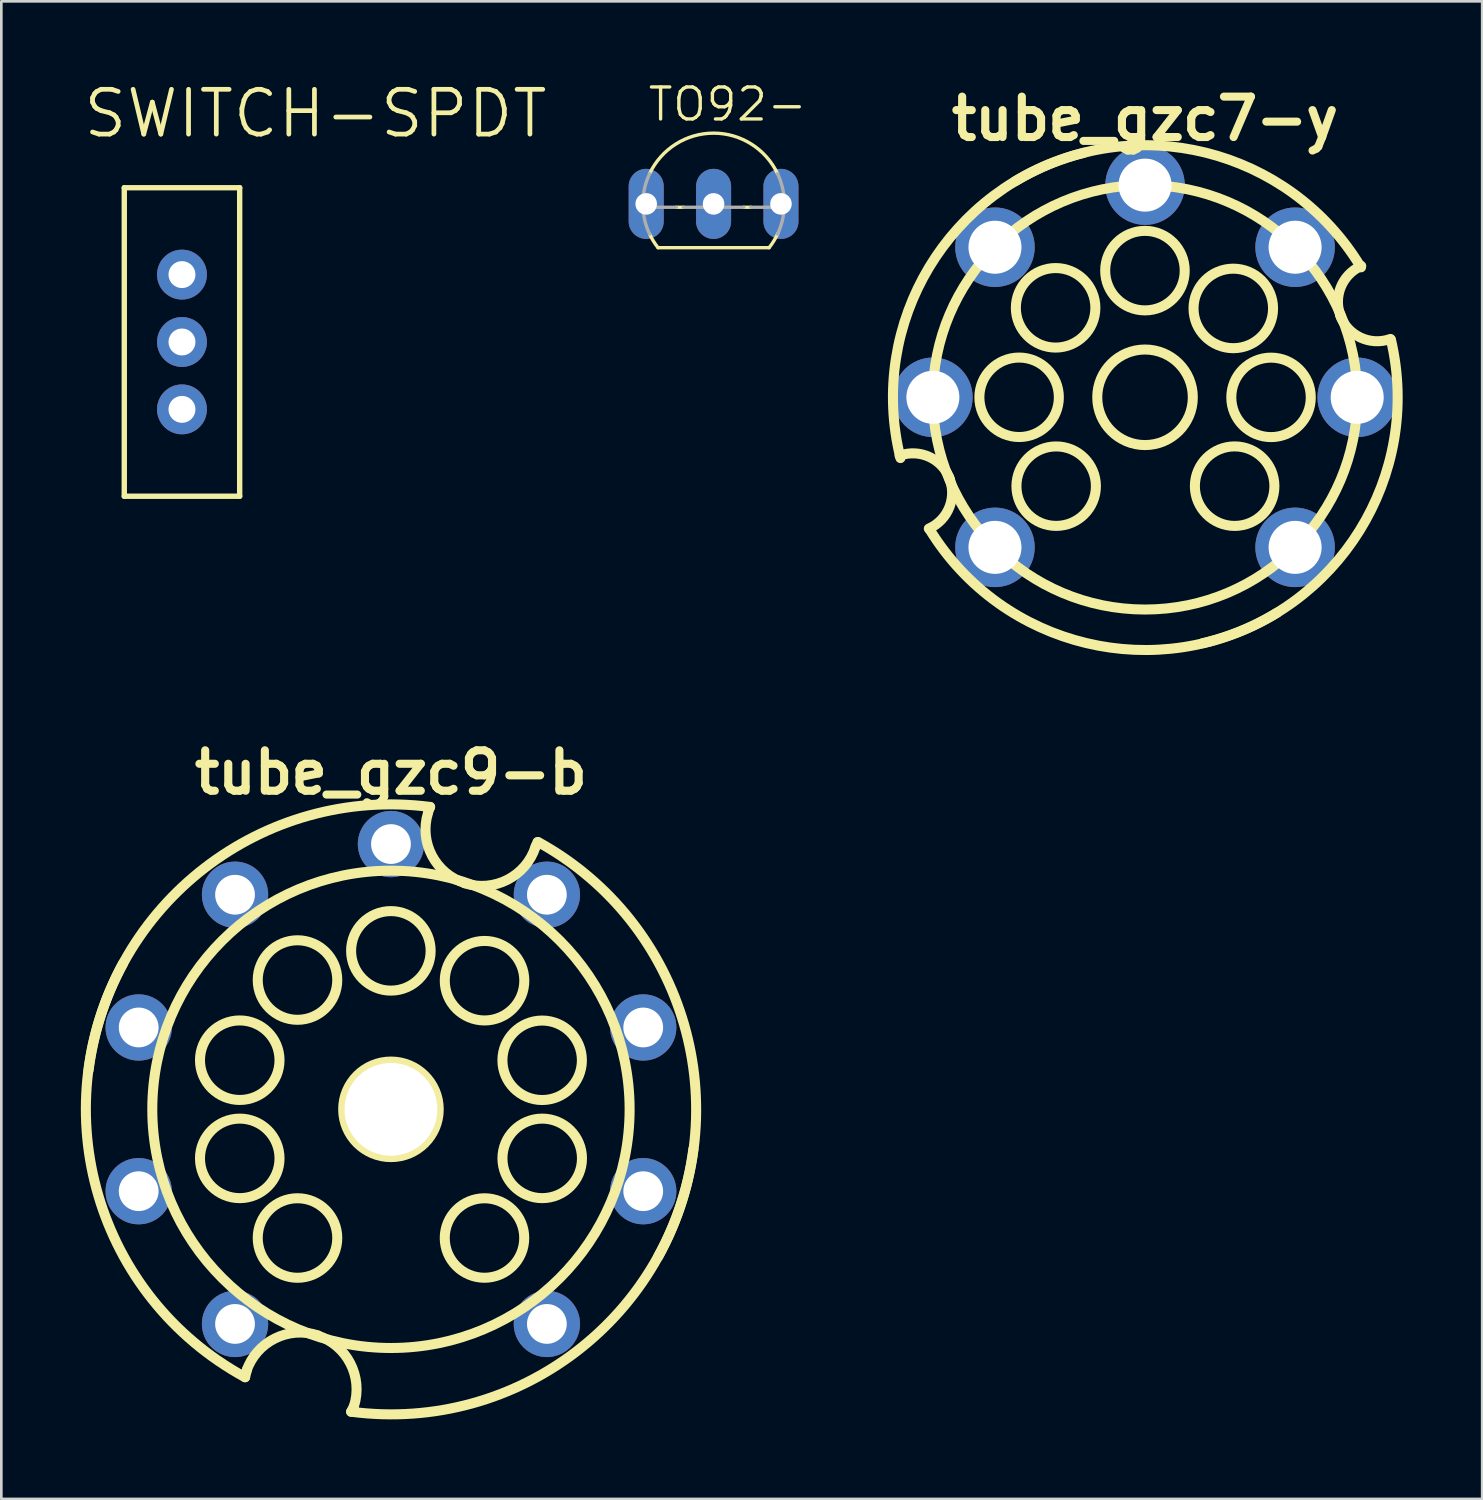
<source format=kicad_pcb>
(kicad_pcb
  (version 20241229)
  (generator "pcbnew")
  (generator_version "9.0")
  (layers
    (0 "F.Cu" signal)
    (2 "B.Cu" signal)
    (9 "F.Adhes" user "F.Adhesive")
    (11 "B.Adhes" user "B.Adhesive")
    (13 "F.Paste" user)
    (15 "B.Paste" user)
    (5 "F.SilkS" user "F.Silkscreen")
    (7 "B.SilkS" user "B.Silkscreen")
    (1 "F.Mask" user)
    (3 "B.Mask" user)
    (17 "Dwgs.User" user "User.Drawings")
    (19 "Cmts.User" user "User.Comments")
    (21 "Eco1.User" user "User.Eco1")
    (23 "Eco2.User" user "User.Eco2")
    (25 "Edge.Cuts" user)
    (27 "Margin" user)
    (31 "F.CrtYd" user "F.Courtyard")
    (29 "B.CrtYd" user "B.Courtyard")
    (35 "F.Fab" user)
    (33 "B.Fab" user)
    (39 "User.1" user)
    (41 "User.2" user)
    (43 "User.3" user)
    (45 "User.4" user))
  (footprint "TO92-"
    (layer "F.Cu")
    (at 23.85 4.636)
    (property "Reference" "TO92-" (at -2.54 -3.048 0) (layer "F.SilkS") (effects (font (size 1.206 1.206) (thickness 0.127)) (justify left bottom)))
    (attr through_hole)
    (fp_line (start -2.095 1.651) (end 2.095 1.651) (stroke (width 0.127) (type solid)) (layer "F.SilkS"))
    (fp_line (start -1.136 0.127) (end -1.404 0.127) (stroke (width 0.127) (type solid)) (layer "F.SilkS"))
    (fp_line (start 1.404 0.127) (end 1.136 0.127) (stroke (width 0.127) (type solid)) (layer "F.SilkS"))
    (fp_arc (start -2.413 -1.1359) (mid 0 -2.66699) (end 2.413 -1.1359) (stroke (width 0.127) (type solid)) (layer "F.SilkS"))
    (fp_arc (start -2.0945 1.651) (mid -2.268418 1.40252) (end -2.413 1.1359) (stroke (width 0.127) (type solid)) (layer "F.SilkS"))
    (fp_arc (start 2.4242 1.1118) (mid 2.275378 1.391201) (end 2.0945 1.651) (stroke (width 0.127) (type solid)) (layer "F.SilkS"))
    (fp_line (start -1.404 0.127) (end -2.664 0.127) (stroke (width 0.127) (type solid)) (layer "F.Fab"))
    (fp_line (start 1.136 0.127) (end -1.136 0.127) (stroke (width 0.127) (type solid)) (layer "F.Fab"))
    (fp_line (start 2.664 0.127) (end 1.404 0.127) (stroke (width 0.127) (type solid)) (layer "F.Fab"))
    (fp_arc (start -2.664 0.127) (mid -2.615858 -0.519825) (end -2.413 -1.1359) (stroke (width 0.127) (type solid)) (layer "F.Fab"))
    (fp_arc (start -2.413 1.1359) (mid -2.588137 0.643799) (end -2.664 0.127) (stroke (width 0.127) (type solid)) (layer "F.Fab"))
    (fp_arc (start 2.413 -1.1359) (mid 2.615858 -0.519825) (end 2.664 0.127) (stroke (width 0.127) (type solid)) (layer "F.Fab"))
    (fp_arc (start 2.664 0.127) (mid 2.588137 0.643799) (end 2.413 1.1359) (stroke (width 0.127) (type solid)) (layer "F.Fab"))
    (pad "1" thru_hole oval (at 2.54 0 90) (size 2.642 1.321) (drill 0.813) (layers "*.Cu" "*.Mask"))
    (pad "2" thru_hole oval (at 0 0 90) (size 2.642 1.321) (drill 0.813) (layers "*.Cu" "*.Mask"))
    (pad "3" thru_hole oval (at -2.54 0 90) (size 2.642 1.321) (drill 0.813) (layers "*.Cu" "*.Mask")))
  (footprint "SWITCH-SPDT"
    (layer "F.Cu")
    (at 3.81 9.842)
    (property "Reference" "SWITCH-SPDT" (at -3.81 -7.62 0) (layer "F.SilkS") (effects (font (size 1.689 1.689) (thickness 0.178)) (justify left bottom)))
    (attr through_hole)
    (fp_line (start -2.175 -5.815) (end -2.175 5.815) (stroke (width 0.203) (type solid)) (layer "F.SilkS"))
    (fp_line (start -2.175 5.815) (end 2.175 5.815) (stroke (width 0.203) (type solid)) (layer "F.SilkS"))
    (fp_line (start 2.175 -5.815) (end -2.175 -5.815) (stroke (width 0.203) (type solid)) (layer "F.SilkS"))
    (fp_line (start 2.175 5.815) (end 2.175 -5.815) (stroke (width 0.203) (type solid)) (layer "F.SilkS"))
    (pad "1" thru_hole circle (at 0 -2.54) (size 1.88 1.88) (drill 1.016) (layers "*.Cu" "*.Mask"))
    (pad "2" thru_hole circle (at 0 0) (size 1.88 1.88) (drill 1.016) (layers "*.Cu" "*.Mask"))
    (pad "3" thru_hole circle (at 0 2.54) (size 1.88 1.88) (drill 1.016) (layers "*.Cu" "*.Mask")))
  (footprint "tube_gzc7-y"
    (layer "F.Cu")
    (at 40.115 11.927)
    (property "Reference" "tube_gzc7-y" (at 0 -10.5 0) (layer "F.SilkS") (effects (font (size 1.524 1.524) (thickness 0.305))))
    (attr through_hole)
    (fp_arc (start -9.25068 2.19964) (mid -8.114498 2.255734) (end -7.35076 3.0988) (stroke (width 0.37846) (type solid)) (layer "F.SilkS"))
    (fp_arc (start -9.2202 2.29108) (mid -8.139704 -4.899628) (end -2.29108 -9.2202) (stroke (width 0.37846) (type solid)) (layer "F.SilkS"))
    (fp_arc (start -7.39902 2.99974) (mid -7.370933 4.130811) (end -8.15086 4.95046) (stroke (width 0.37846) (type solid)) (layer "F.SilkS"))
    (fp_arc (start -4.89966 -8.1407) (mid 2.291761 -9.220927) (end 8.1407 -4.89966) (stroke (width 0.37846) (type solid)) (layer "F.SilkS"))
    (fp_arc (start 4.98094 8.12038) (mid -2.219919 9.264032) (end -8.12038 4.98094) (stroke (width 0.37846) (type solid)) (layer "F.SilkS"))
    (fp_arc (start 7.39902 -2.99974) (mid 7.370933 -4.130811) (end 8.15086 -4.95046) (stroke (width 0.37846) (type solid)) (layer "F.SilkS"))
    (fp_arc (start 9.25068 -2.19964) (mid 8.114498 -2.255734) (end 7.35076 -3.0988) (stroke (width 0.37846) (type solid)) (layer "F.SilkS"))
    (fp_arc (start 9.271 -2.16916) (mid 8.089415 5.021759) (end 2.16916 9.271) (stroke (width 0.37846) (type solid)) (layer "F.SilkS"))
    (fp_circle (center -4.747 0) (end -3.249 0) (stroke (width 0.378) (type solid)) (fill no) (layer "F.SilkS"))
    (fp_circle (center -3.371 -3.373) (end -1.872 -3.373) (stroke (width 0.378) (type solid)) (fill no) (layer "F.SilkS"))
    (fp_circle (center -3.35 3.35) (end -1.852 3.35) (stroke (width 0.378) (type solid)) (fill no) (layer "F.SilkS"))
    (fp_circle (center -0.003 -4.775) (end 1.496 -4.775) (stroke (width 0.378) (type solid)) (fill no) (layer "F.SilkS"))
    (fp_circle (center 0 0) (end 1.801 0) (stroke (width 0.378) (type solid)) (fill no) (layer "F.SilkS"))
    (fp_circle (center 0 0) (end 8.001 0) (stroke (width 0.378) (type solid)) (fill no) (layer "F.SilkS"))
    (fp_circle (center 3.327 -3.35) (end 4.826 -3.35) (stroke (width 0.378) (type solid)) (fill no) (layer "F.SilkS"))
    (fp_circle (center 3.378 3.35) (end 4.877 3.35) (stroke (width 0.378) (type solid)) (fill no) (layer "F.SilkS"))
    (fp_circle (center 4.75 0.003) (end 6.248 0.003) (stroke (width 0.378) (type solid)) (fill no) (layer "F.SilkS"))
    (pad "1" thru_hole circle (at 5.657 5.657) (size 2.997 2.997) (drill 1.999) (layers "*.Cu" "*.Mask"))
    (pad "2" thru_hole circle (at 7.998 0) (size 2.997 2.997) (drill 1.999) (layers "*.Cu" "*.Mask"))
    (pad "3" thru_hole circle (at 5.657 -5.657) (size 2.997 2.997) (drill 1.999) (layers "*.Cu" "*.Mask"))
    (pad "4" thru_hole circle (at 0 -7.998) (size 2.997 2.997) (drill 1.999) (layers "*.Cu" "*.Mask"))
    (pad "5" thru_hole circle (at -5.657 -5.657) (size 2.997 2.997) (drill 1.999) (layers "*.Cu" "*.Mask"))
    (pad "6" thru_hole circle (at -7.998 0) (size 2.997 2.997) (drill 1.999) (layers "*.Cu" "*.Mask"))
    (pad "7" thru_hole circle (at -5.657 5.657) (size 2.997 2.997) (drill 1.999) (layers "*.Cu" "*.Mask")))
  (footprint "tube_gzc9-b"
    (layer "F.Cu")
    (at 11.688 38.769)
    (property "Reference" "tube_gzc9-b" (at 0 -12.7 0) (layer "F.SilkS") (effects (font (size 1.524 1.524) (thickness 0.305))))
    (attr through_hole)
    (fp_line (start -5.499 10.099) (end -5.425 9.799) (stroke (width 0.378) (type solid)) (layer "F.SilkS"))
    (fp_line (start -1.501 11.4) (end -1.4 11.199) (stroke (width 0.378) (type solid)) (layer "F.SilkS"))
    (fp_line (start 1.476 -11.4) (end 1.4 -11.199) (stroke (width 0.378) (type solid)) (layer "F.SilkS"))
    (fp_line (start 5.524 -10.076) (end 5.451 -9.901) (stroke (width 0.378) (type solid)) (layer "F.SilkS"))
    (fp_arc (start -11.39952 -1.47574) (mid -7.017172 -9.104184) (end 1.47574 -11.39952) (stroke (width 0.37846) (type solid)) (layer "F.SilkS"))
    (fp_arc (start -5.4991 10.09904) (mid -11.029551 3.252649) (end -10.09904 -5.4991) (stroke (width 0.37846) (type solid)) (layer "F.SilkS"))
    (fp_arc (start -5.45084 9.87552) (mid -4.379419 8.640161) (end -2.74828 8.52424) (stroke (width 0.37846) (type solid)) (layer "F.SilkS"))
    (fp_arc (start -2.77622 8.52424) (mid -1.532678 9.575904) (end -1.397 11.19886) (stroke (width 0.37846) (type solid)) (layer "F.SilkS"))
    (fp_arc (start 2.79908 -8.52424) (mid 1.548843 -9.55974) (end 1.397 -11.176) (stroke (width 0.37846) (type solid)) (layer "F.SilkS"))
    (fp_arc (start 5.45084 -9.90092) (mid 4.39738 -8.658122) (end 2.77368 -8.52424) (stroke (width 0.37846) (type solid)) (layer "F.SilkS"))
    (fp_arc (start 5.5499 -10.07618) (mid 11.049307 -3.200563) (end 10.07618 5.5499) (stroke (width 0.37846) (type solid)) (layer "F.SilkS"))
    (fp_arc (start 11.39952 1.50114) (mid 6.999212 9.122144) (end -1.50114 11.39952) (stroke (width 0.37846) (type solid)) (layer "F.SilkS"))
    (fp_circle (center -5.7 -1.852) (end -4.201 -1.852) (stroke (width 0.378) (type solid)) (fill no) (layer "F.SilkS"))
    (fp_circle (center -5.7 1.849) (end -4.201 1.849) (stroke (width 0.378) (type solid)) (fill no) (layer "F.SilkS"))
    (fp_circle (center -3.523 -4.874) (end -2.024 -4.874) (stroke (width 0.378) (type solid)) (fill no) (layer "F.SilkS"))
    (fp_circle (center -3.523 4.851) (end -2.024 4.851) (stroke (width 0.378) (type solid)) (fill no) (layer "F.SilkS"))
    (fp_circle (center -0.003 -5.974) (end 1.496 -5.974) (stroke (width 0.378) (type solid)) (fill no) (layer "F.SilkS"))
    (fp_circle (center 0 0) (end 1.801 0) (stroke (width 0.378) (type solid)) (fill no) (layer "F.SilkS"))
    (fp_circle (center 0 0) (end 8.997 0) (stroke (width 0.378) (type solid)) (fill no) (layer "F.SilkS"))
    (fp_circle (center 3.526 4.851) (end 5.024 4.851) (stroke (width 0.378) (type solid)) (fill no) (layer "F.SilkS"))
    (fp_circle (center 3.528 -4.849) (end 5.027 -4.849) (stroke (width 0.378) (type solid)) (fill no) (layer "F.SilkS"))
    (fp_circle (center 5.7 -1.849) (end 7.198 -1.849) (stroke (width 0.378) (type solid)) (fill no) (layer "F.SilkS"))
    (fp_circle (center 5.702 1.849) (end 7.201 1.849) (stroke (width 0.378) (type solid)) (fill no) (layer "F.SilkS"))
    (pad "" np_thru_hole circle (at 0 0) (size 3.498 3.498) (drill 3.498) (layers "*.Cu" "*.Mask"))
    (pad "1" thru_hole circle (at 5.878 8.09) (size 2.499 2.499) (drill 1.499) (layers "*.Cu" "*.Mask"))
    (pad "2" thru_hole circle (at 9.51 3.086) (size 2.499 2.499) (drill 1.499) (layers "*.Cu" "*.Mask"))
    (pad "3" thru_hole circle (at 9.51 -3.086) (size 2.499 2.499) (drill 1.499) (layers "*.Cu" "*.Mask"))
    (pad "4" thru_hole circle (at 5.878 -8.09) (size 2.499 2.499) (drill 1.499) (layers "*.Cu" "*.Mask"))
    (pad "5" thru_hole circle (at 0 -10) (size 2.499 2.499) (drill 1.499) (layers "*.Cu" "*.Mask"))
    (pad "6" thru_hole circle (at -5.878 -8.09) (size 2.499 2.499) (drill 1.499) (layers "*.Cu" "*.Mask"))
    (pad "7" thru_hole circle (at -9.51 -3.086) (size 2.499 2.499) (drill 1.499) (layers "*.Cu" "*.Mask"))
    (pad "8" thru_hole circle (at -9.51 3.086) (size 2.499 2.499) (drill 1.499) (layers "*.Cu" "*.Mask"))
    (pad "9" thru_hole circle (at -5.878 8.09) (size 2.499 2.499) (drill 1.499) (layers "*.Cu" "*.Mask")))
  (gr_rect
    (start -3 -3)
    (end 52.825 53.456)
    (stroke (width 0.1) (type default))
    (fill no)
    (layer "Edge.Cuts")))
</source>
